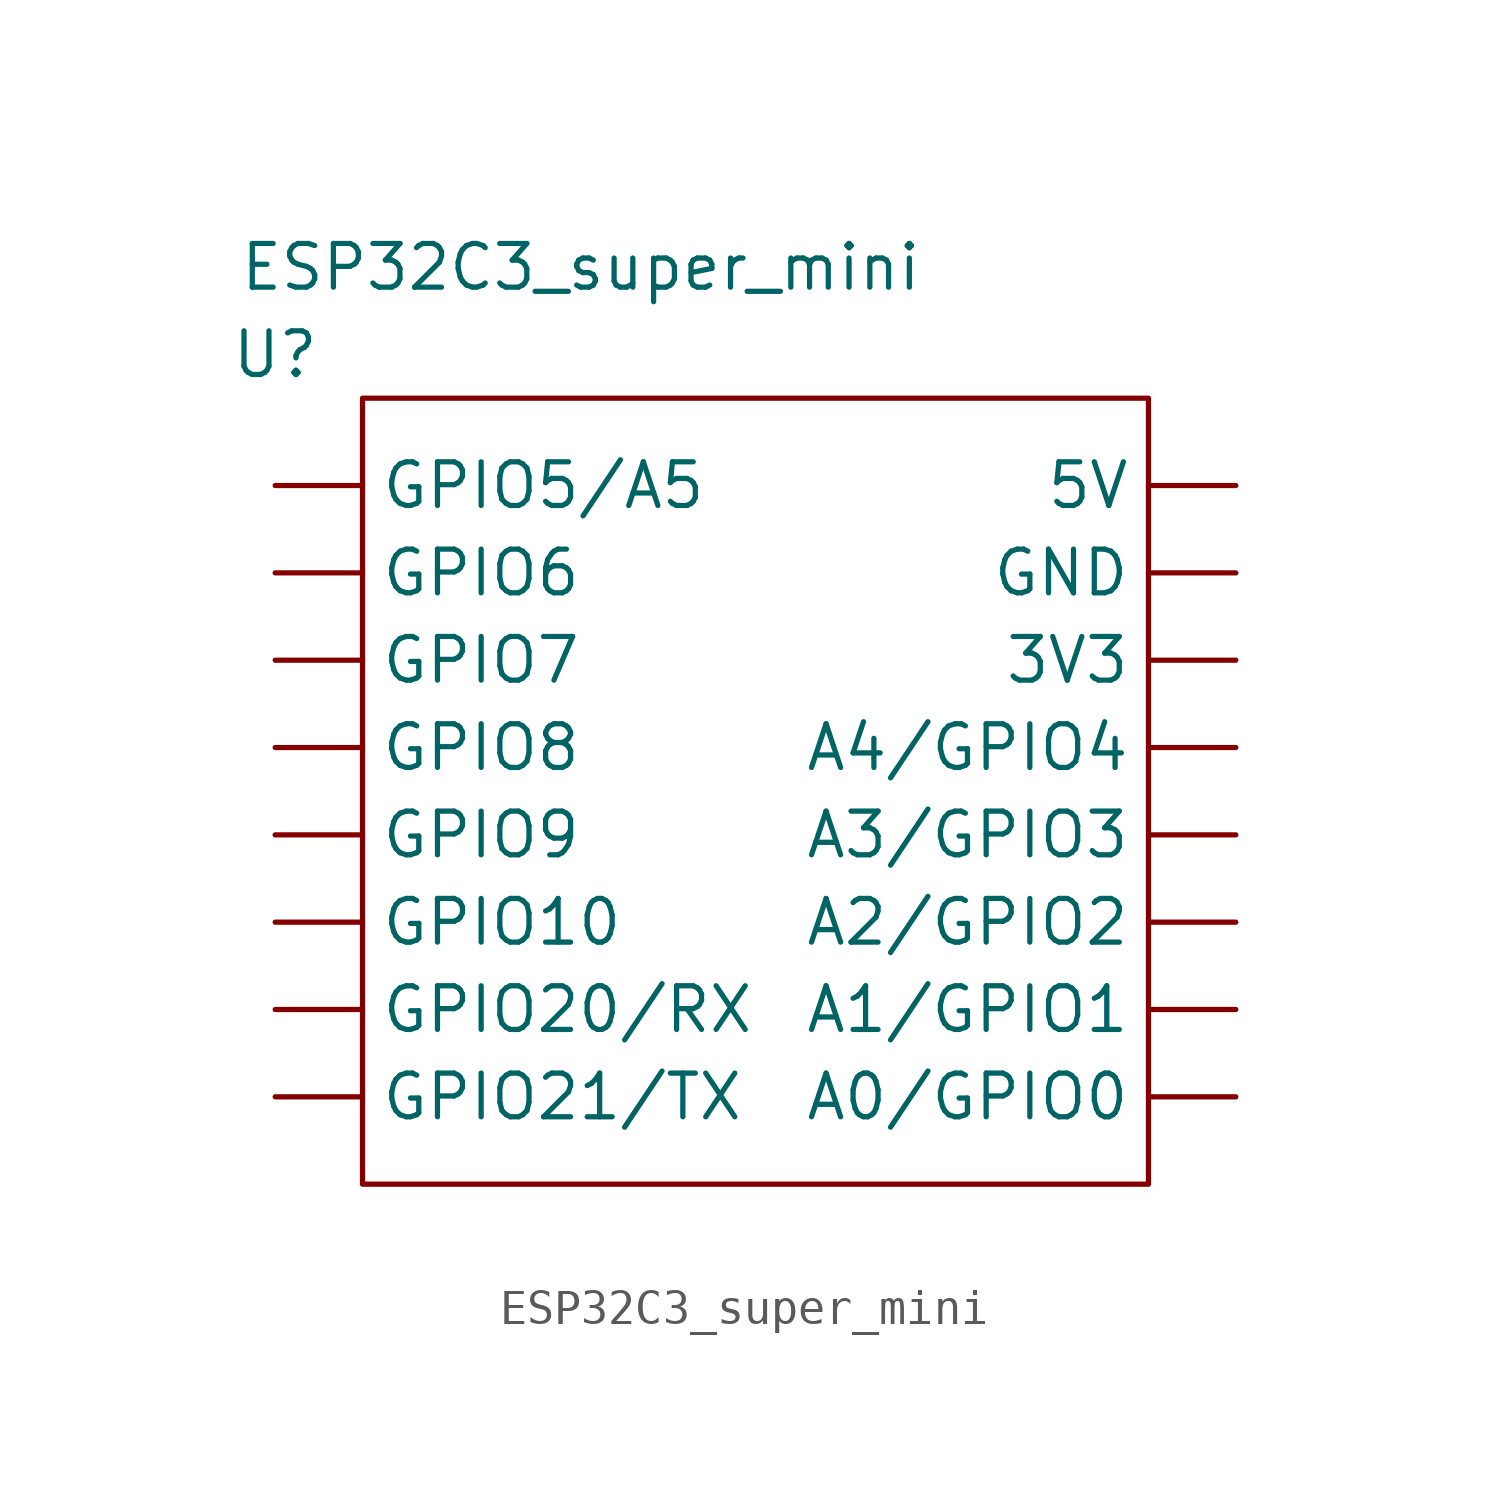
<source format=kicad_sym>
(kicad_symbol_lib
  (version 20211014)
  (generator kicad_symbol_editor)
  (symbol "ESP32C3_super_mini"
    (property "Reference" "U"
      (at 0 0 0)
      (effects (font (size 1.27 1.27))))
    (property "Value" "ESP32C3_super_mini"
      (at 8.89 2.54 0)
      (effects (font (size 1.27 1.27))))
    (symbol "ESP32C3_super_mini_0_1"
      (rectangle (start 2.54 -1.27) (end 25.4 -24.13) (stroke (width 0) (type default) (color 0 0 0 0)) (fill (type none))))
    (symbol "ESP32C3_super_mini_1_1"
      (pin power_in line (at 27.94 -8.89 180) (length 2.54) (name "3V3" (effects (font (size 1.27 1.27)))) (number "" (effects (font (size 1.27 1.27)))))
      (pin power_in line (at 27.94 -3.81 180) (length 2.54) (name "5V" (effects (font (size 1.27 1.27)))) (number "" (effects (font (size 1.27 1.27)))))
      (pin free line (at 27.94 -21.59 180) (length 2.54) (name "A0/GPIO0" (effects (font (size 1.27 1.27)))) (number "" (effects (font (size 1.27 1.27)))))
      (pin free line (at 27.94 -19.05 180) (length 2.54) (name "A1/GPIO1" (effects (font (size 1.27 1.27)))) (number "" (effects (font (size 1.27 1.27)))))
      (pin free line (at 27.94 -16.51 180) (length 2.54) (name "A2/GPIO2" (effects (font (size 1.27 1.27)))) (number "" (effects (font (size 1.27 1.27)))))
      (pin free line (at 27.94 -13.97 180) (length 2.54) (name "A3/GPIO3" (effects (font (size 1.27 1.27)))) (number "" (effects (font (size 1.27 1.27)))))
      (pin free line (at 27.94 -11.43 180) (length 2.54) (name "A4/GPIO4" (effects (font (size 1.27 1.27)))) (number "" (effects (font (size 1.27 1.27)))))
      (pin power_in line (at 27.94 -6.35 180) (length 2.54) (name "GND" (effects (font (size 1.27 1.27)))) (number "" (effects (font (size 1.27 1.27)))))
      (pin free line (at 0 -16.51 0) (length 2.54) (name "GPIO10" (effects (font (size 1.27 1.27)))) (number "" (effects (font (size 1.27 1.27)))))
      (pin free line (at 0 -19.05 0) (length 2.54) (name "GPIO20/RX" (effects (font (size 1.27 1.27)))) (number "" (effects (font (size 1.27 1.27)))))
      (pin free line (at 0 -21.59 0) (length 2.54) (name "GPIO21/TX" (effects (font (size 1.27 1.27)))) (number "" (effects (font (size 1.27 1.27)))))
      (pin free line (at 0 -3.81 0) (length 2.54) (name "GPIO5/A5" (effects (font (size 1.27 1.27)))) (number "" (effects (font (size 1.27 1.27)))))
      (pin free line (at 0 -6.35 0) (length 2.54) (name "GPIO6" (effects (font (size 1.27 1.27)))) (number "" (effects (font (size 1.27 1.27)))))
      (pin free line (at 0 -8.89 0) (length 2.54) (name "GPIO7" (effects (font (size 1.27 1.27)))) (number "" (effects (font (size 1.27 1.27)))))
      (pin free line (at 0 -11.43 0) (length 2.54) (name "GPIO8" (effects (font (size 1.27 1.27)))) (number "" (effects (font (size 1.27 1.27)))))
      (pin free line (at 0 -13.97 0) (length 2.54) (name "GPIO9" (effects (font (size 1.27 1.27)))) (number "" (effects (font (size 1.27 1.27))))))))
</source>
